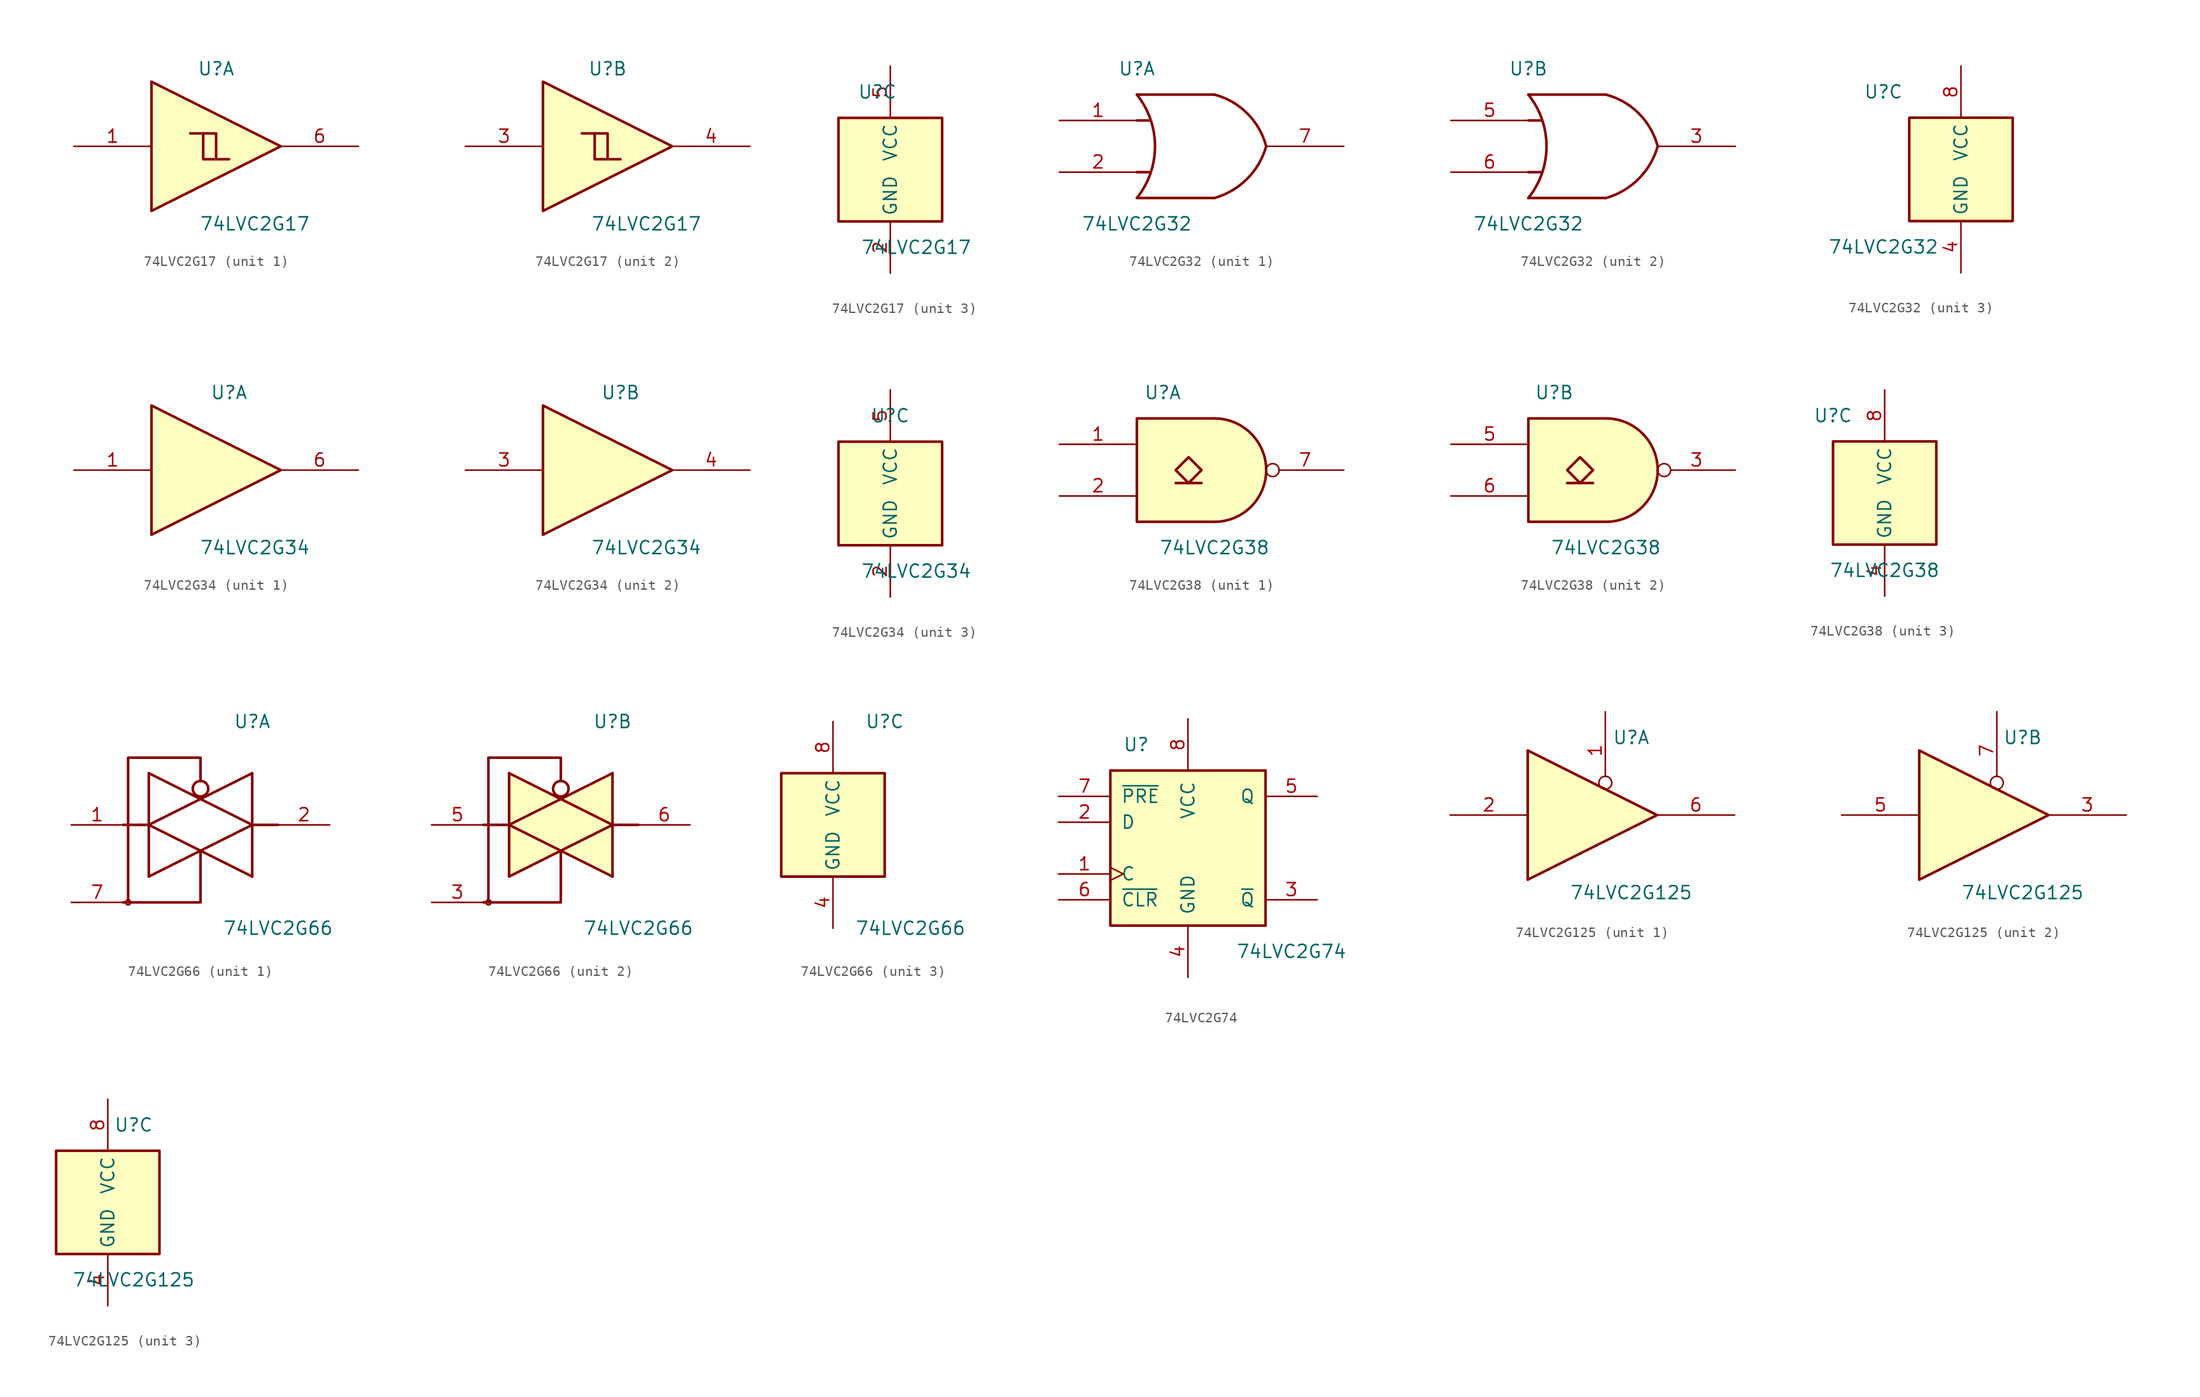
<source format=kicad_sym>
(kicad_symbol_lib
  (version 20241209)
  (generator "kicad_symbol_editor")
  (generator_version "9.0")
  (symbol "74LVC2G17"
    (property "Reference" "U"
      (at -1.27 7.62 0)
      (effects (font (size 1.27 1.27))))
    (property "Value" "74LVC2G17"
      (at 2.54 -7.62 0)
      (effects (font (size 1.27 1.27))))
    (symbol "74LVC2G17_1_1"
      (polyline (pts (xy -7.62 6.35) (xy -7.62 -6.35) (xy 5.08 0) (xy -7.62 6.35)) (stroke (width 0.254) (type default)) (fill (type background)))
      (polyline (pts (xy -3.81 1.27) (xy -2.54 1.27) (xy -2.54 -1.27) (xy 0 -1.27)) (stroke (width 0.254) (type default)) (fill (type background)))
      (polyline (pts (xy -2.54 1.27) (xy -1.27 1.27) (xy -1.27 -1.27)) (stroke (width 0.254) (type default)) (fill (type background)))
      (pin input line (at -15.24 0 0) (length 7.62) (name "~" (effects (font (size 1.27 1.27)))) (number "1" (effects (font (size 1.27 1.27)))))
      (pin output line (at 12.7 0 180) (length 7.62) (name "~" (effects (font (size 1.27 1.27)))) (number "6" (effects (font (size 1.27 1.27))))))
    (symbol "74LVC2G17_2_1"
      (polyline (pts (xy -7.62 6.35) (xy -7.62 -6.35) (xy 5.08 0) (xy -7.62 6.35)) (stroke (width 0.254) (type default)) (fill (type background)))
      (polyline (pts (xy -3.81 1.27) (xy -2.54 1.27) (xy -2.54 -1.27) (xy 0 -1.27)) (stroke (width 0.254) (type default)) (fill (type background)))
      (polyline (pts (xy -2.54 1.27) (xy -1.27 1.27) (xy -1.27 -1.27)) (stroke (width 0.254) (type default)) (fill (type background)))
      (pin input line (at -15.24 0 0) (length 7.62) (name "~" (effects (font (size 1.27 1.27)))) (number "3" (effects (font (size 1.27 1.27)))))
      (pin output line (at 12.7 0 180) (length 7.62) (name "~" (effects (font (size 1.27 1.27)))) (number "4" (effects (font (size 1.27 1.27))))))
    (symbol "74LVC2G17_3_0"
      (rectangle (start -5.08 -5.08) (end 5.08 5.08) (stroke (width 0.254) (type default)) (fill (type background))))
    (symbol "74LVC2G17_3_1"
      (pin power_in line (at 0 10.16 270) (length 5.08) (name "VCC" (effects (font (size 1.27 1.27)))) (number "5" (effects (font (size 1.27 1.27)))))
      (pin power_in line (at 0 -10.16 90) (length 5.08) (name "GND" (effects (font (size 1.27 1.27)))) (number "2" (effects (font (size 1.27 1.27)))))))
  (symbol "74LVC2G32"
    (property "Reference" "U"
      (at -7.62 7.62 0)
      (effects (font (size 1.27 1.27))))
    (property "Value" "74LVC2G32"
      (at -7.62 -7.62 0)
      (effects (font (size 1.27 1.27))))
    (symbol "74LVC2G32_1_1"
      (arc (start -7.62 5.08) (mid -5.838 0) (end -7.62 -5.08) (stroke (width 0.254) (type default)) (fill (type none)))
      (polyline (pts (xy -7.62 2.54) (xy -6.35 2.54)) (stroke (width 0.254) (type default)) (fill (type background)))
      (polyline (pts (xy -7.62 -2.54) (xy -6.35 -2.54)) (stroke (width 0.254) (type default)) (fill (type background)))
      (arc (start 5.08 0) (mid 3.202 -3.202) (end 0 -5.08) (stroke (width 0.254) (type default)) (fill (type none)))
      (arc (start 0 5.08) (mid 3.2271 3.2271) (end 5.08 0) (stroke (width 0.254) (type default)) (fill (type none)))
      (polyline (pts (xy 0 5.08) (xy -7.62 5.08)) (stroke (width 0.254) (type default)) (fill (type background)))
      (polyline (pts (xy 0 -5.08) (xy -7.62 -5.08)) (stroke (width 0.254) (type default)) (fill (type background)))
      (pin input line (at -15.24 2.54 0) (length 7.62) (name "~" (effects (font (size 1.27 1.27)))) (number "1" (effects (font (size 1.27 1.27)))))
      (pin input line (at -15.24 -2.54 0) (length 7.62) (name "~" (effects (font (size 1.27 1.27)))) (number "2" (effects (font (size 1.27 1.27)))))
      (pin output line (at 12.7 0 180) (length 7.62) (name "~" (effects (font (size 1.27 1.27)))) (number "7" (effects (font (size 1.27 1.27))))))
    (symbol "74LVC2G32_2_1"
      (arc (start -7.62 5.08) (mid -5.838 0) (end -7.62 -5.08) (stroke (width 0.254) (type default)) (fill (type none)))
      (polyline (pts (xy -7.62 2.54) (xy -6.35 2.54)) (stroke (width 0.254) (type default)) (fill (type background)))
      (polyline (pts (xy -7.62 -2.54) (xy -6.35 -2.54)) (stroke (width 0.254) (type default)) (fill (type background)))
      (arc (start 5.08 0) (mid 3.202 -3.202) (end 0 -5.08) (stroke (width 0.254) (type default)) (fill (type none)))
      (arc (start 0 5.08) (mid 3.2271 3.2271) (end 5.08 0) (stroke (width 0.254) (type default)) (fill (type none)))
      (polyline (pts (xy 0 5.08) (xy -7.62 5.08)) (stroke (width 0.254) (type default)) (fill (type background)))
      (polyline (pts (xy 0 -5.08) (xy -7.62 -5.08)) (stroke (width 0.254) (type default)) (fill (type background)))
      (pin input line (at -15.24 2.54 0) (length 7.62) (name "~" (effects (font (size 1.27 1.27)))) (number "5" (effects (font (size 1.27 1.27)))))
      (pin input line (at -15.24 -2.54 0) (length 7.62) (name "~" (effects (font (size 1.27 1.27)))) (number "6" (effects (font (size 1.27 1.27)))))
      (pin output line (at 12.7 0 180) (length 7.62) (name "~" (effects (font (size 1.27 1.27)))) (number "3" (effects (font (size 1.27 1.27))))))
    (symbol "74LVC2G32_3_0"
      (rectangle (start -5.08 -5.08) (end 5.08 5.08) (stroke (width 0.254) (type default)) (fill (type background))))
    (symbol "74LVC2G32_3_1"
      (pin power_in line (at 0 10.16 270) (length 5.08) (name "VCC" (effects (font (size 1.27 1.27)))) (number "8" (effects (font (size 1.27 1.27)))))
      (pin power_in line (at 0 -10.16 90) (length 5.08) (name "GND" (effects (font (size 1.27 1.27)))) (number "4" (effects (font (size 1.27 1.27)))))))
  (symbol "74LVC2G34"
    (property "Reference" "U"
      (at 0 7.62 0)
      (effects (font (size 1.27 1.27))))
    (property "Value" "74LVC2G34"
      (at 2.54 -7.62 0)
      (effects (font (size 1.27 1.27))))
    (symbol "74LVC2G34_1_1"
      (polyline (pts (xy -7.62 6.35) (xy -7.62 -6.35) (xy 5.08 0) (xy -7.62 6.35)) (stroke (width 0.254) (type default)) (fill (type background)))
      (pin input line (at -15.24 0 0) (length 7.62) (name "~" (effects (font (size 1.27 1.27)))) (number "1" (effects (font (size 1.27 1.27)))))
      (pin output line (at 12.7 0 180) (length 7.62) (name "~" (effects (font (size 1.27 1.27)))) (number "6" (effects (font (size 1.27 1.27))))))
    (symbol "74LVC2G34_2_1"
      (polyline (pts (xy -7.62 6.35) (xy -7.62 -6.35) (xy 5.08 0) (xy -7.62 6.35)) (stroke (width 0.254) (type default)) (fill (type background)))
      (pin input line (at -15.24 0 0) (length 7.62) (name "~" (effects (font (size 1.27 1.27)))) (number "3" (effects (font (size 1.27 1.27)))))
      (pin output line (at 12.7 0 180) (length 7.62) (name "~" (effects (font (size 1.27 1.27)))) (number "4" (effects (font (size 1.27 1.27))))))
    (symbol "74LVC2G34_3_0"
      (rectangle (start -5.08 -5.08) (end 5.08 5.08) (stroke (width 0.254) (type default)) (fill (type background))))
    (symbol "74LVC2G34_3_1"
      (pin power_in line (at 0 10.16 270) (length 5.08) (name "VCC" (effects (font (size 1.27 1.27)))) (number "5" (effects (font (size 1.27 1.27)))))
      (pin power_in line (at 0 -10.16 90) (length 5.08) (name "GND" (effects (font (size 1.27 1.27)))) (number "2" (effects (font (size 1.27 1.27)))))))
  (symbol "74LVC2G38"
    (property "Reference" "U"
      (at -5.08 7.62 0)
      (effects (font (size 1.27 1.27))))
    (property "Value" "74LVC2G38"
      (at 0 -7.62 0)
      (effects (font (size 1.27 1.27))))
    (symbol "74LVC2G38_1_1"
      (polyline (pts (xy -3.81 -1.27) (xy -1.27 -1.27)) (stroke (width 0.254) (type default)) (fill (type background)))
      (polyline (pts (xy -2.54 1.27) (xy -3.81 0) (xy -2.54 -1.27) (xy -1.27 0) (xy -2.54 1.27)) (stroke (width 0.254) (type default)) (fill (type background)))
      (arc (start 0 5.08) (mid 5.0579 0) (end 0 -5.08) (stroke (width 0.254) (type default)) (fill (type background)))
      (polyline (pts (xy 0 -5.08) (xy -7.62 -5.08) (xy -7.62 5.08) (xy 0 5.08)) (stroke (width 0.254) (type default)) (fill (type background)))
      (pin input line (at -15.24 2.54 0) (length 7.62) (name "~" (effects (font (size 1.27 1.27)))) (number "1" (effects (font (size 1.27 1.27)))))
      (pin input line (at -15.24 -2.54 0) (length 7.62) (name "~" (effects (font (size 1.27 1.27)))) (number "2" (effects (font (size 1.27 1.27)))))
      (pin open_collector inverted (at 12.7 0 180) (length 7.62) (name "~" (effects (font (size 1.27 1.27)))) (number "7" (effects (font (size 1.27 1.27))))))
    (symbol "74LVC2G38_2_1"
      (polyline (pts (xy -3.81 -1.27) (xy -1.27 -1.27)) (stroke (width 0.254) (type default)) (fill (type background)))
      (polyline (pts (xy -2.54 1.27) (xy -3.81 0) (xy -2.54 -1.27) (xy -1.27 0) (xy -2.54 1.27)) (stroke (width 0.254) (type default)) (fill (type background)))
      (arc (start 0 5.08) (mid 5.0579 0) (end 0 -5.08) (stroke (width 0.254) (type default)) (fill (type background)))
      (polyline (pts (xy 0 -5.08) (xy -7.62 -5.08) (xy -7.62 5.08) (xy 0 5.08)) (stroke (width 0.254) (type default)) (fill (type background)))
      (pin input line (at -15.24 2.54 0) (length 7.62) (name "~" (effects (font (size 1.27 1.27)))) (number "5" (effects (font (size 1.27 1.27)))))
      (pin input line (at -15.24 -2.54 0) (length 7.62) (name "~" (effects (font (size 1.27 1.27)))) (number "6" (effects (font (size 1.27 1.27)))))
      (pin open_collector inverted (at 12.7 0 180) (length 7.62) (name "~" (effects (font (size 1.27 1.27)))) (number "3" (effects (font (size 1.27 1.27))))))
    (symbol "74LVC2G38_3_0"
      (rectangle (start -5.08 -5.08) (end 5.08 5.08) (stroke (width 0.254) (type default)) (fill (type background))))
    (symbol "74LVC2G38_3_1"
      (pin power_in line (at 0 10.16 270) (length 5.08) (name "VCC" (effects (font (size 1.27 1.27)))) (number "8" (effects (font (size 1.27 1.27)))))
      (pin power_in line (at 0 -10.16 90) (length 5.08) (name "GND" (effects (font (size 1.27 1.27)))) (number "4" (effects (font (size 1.27 1.27)))))))
  (symbol "74LVC2G66"
    (property "Reference" "U"
      (at 5.08 10.16 0)
      (effects (font (size 1.27 1.27))))
    (property "Value" "74LVC2G66"
      (at 7.62 -10.16 0)
      (effects (font (size 1.27 1.27))))
    (property "ki_locked" ""
      (at 0 0 0)
      (effects (font (size 1.27 1.27))))
    (symbol "74LVC2G66_1_1"
      (polyline (pts (xy -7.62 0) (xy -5.08 0)) (stroke (width 0.254) (type default)) (fill (type background)))
      (polyline (pts (xy -7.62 -7.62) (xy 0 -7.62) (xy 0 -2.54)) (stroke (width 0.254) (type default)) (fill (type none)))
      (circle (center -7.112 -7.62) (radius 0.254) (stroke (width 0) (type default)) (fill (type none)))
      (polyline (pts (xy -5.08 5.08) (xy -5.08 -5.08)) (stroke (width 0.254) (type default)) (fill (type background)))
      (polyline (pts (xy -5.08 -5.08) (xy 5.08 0) (xy -5.08 5.08)) (stroke (width 0.254) (type default)) (fill (type none)))
      (polyline (pts (xy 0 4.318) (xy 0 6.604) (xy -7.112 6.604) (xy -7.112 -7.62)) (stroke (width 0.254) (type default)) (fill (type none)))
      (circle (center 0 3.556) (radius 0.762) (stroke (width 0.254) (type default)) (fill (type none)))
      (polyline (pts (xy 5.08 5.08) (xy 5.08 -5.08)) (stroke (width 0.254) (type default)) (fill (type none)))
      (polyline (pts (xy 5.08 5.08) (xy -5.08 0) (xy 5.08 -5.08)) (stroke (width 0.254) (type default)) (fill (type none)))
      (polyline (pts (xy 5.08 0) (xy 7.62 0)) (stroke (width 0.254) (type default)) (fill (type background)))
      (pin input line (at -12.7 0 0) (length 5.08) (name "~" (effects (font (size 1.27 1.27)))) (number "1" (effects (font (size 1.27 1.27)))))
      (pin input line (at -12.7 -7.62 0) (length 5.08) (name "~" (effects (font (size 1.27 1.27)))) (number "7" (effects (font (size 1.27 1.27)))))
      (pin tri_state line (at 12.7 0 180) (length 5.08) (name "~" (effects (font (size 1.27 1.27)))) (number "2" (effects (font (size 1.27 1.27))))))
    (symbol "74LVC2G66_2_1"
      (polyline (pts (xy -7.62 0) (xy -5.08 0)) (stroke (width 0.254) (type default)) (fill (type background)))
      (polyline (pts (xy -7.62 -7.62) (xy 0 -7.62) (xy 0 -2.54)) (stroke (width 0.254) (type default)) (fill (type none)))
      (circle (center -7.112 -7.62) (radius 0.254) (stroke (width 0) (type default)) (fill (type none)))
      (polyline (pts (xy -5.08 5.08) (xy -5.08 -5.08)) (stroke (width 0.254) (type default)) (fill (type background)))
      (polyline (pts (xy -5.08 -5.08) (xy 5.08 0) (xy -5.08 5.08)) (stroke (width 0.254) (type default)) (fill (type background)))
      (polyline (pts (xy 0 4.318) (xy 0 6.604) (xy -7.112 6.604) (xy -7.112 -7.62)) (stroke (width 0.254) (type default)) (fill (type none)))
      (circle (center 0 3.556) (radius 0.762) (stroke (width 0.254) (type default)) (fill (type none)))
      (polyline (pts (xy 5.08 5.08) (xy 5.08 -5.08)) (stroke (width 0.254) (type default)) (fill (type background)))
      (polyline (pts (xy 5.08 5.08) (xy -5.08 0) (xy 5.08 -5.08)) (stroke (width 0.254) (type default)) (fill (type background)))
      (polyline (pts (xy 5.08 0) (xy 7.62 0)) (stroke (width 0.254) (type default)) (fill (type background)))
      (pin input line (at -12.7 0 0) (length 5.08) (name "~" (effects (font (size 1.27 1.27)))) (number "5" (effects (font (size 1.27 1.27)))))
      (pin input line (at -12.7 -7.62 0) (length 5.08) (name "~" (effects (font (size 1.27 1.27)))) (number "3" (effects (font (size 1.27 1.27)))))
      (pin tri_state line (at 12.7 0 180) (length 5.08) (name "~" (effects (font (size 1.27 1.27)))) (number "6" (effects (font (size 1.27 1.27))))))
    (symbol "74LVC2G66_3_1"
      (rectangle (start -5.08 5.08) (end 5.08 -5.08) (stroke (width 0.254) (type default)) (fill (type background)))
      (pin power_in line (at 0 10.16 270) (length 5.08) (name "VCC" (effects (font (size 1.27 1.27)))) (number "8" (effects (font (size 1.27 1.27)))))
      (pin power_in line (at 0 -10.16 90) (length 5.08) (name "GND" (effects (font (size 1.27 1.27)))) (number "4" (effects (font (size 1.27 1.27)))))))
  (symbol "74LVC2G74"
    (pin_names
      (offset 1.016))
    (property "Reference" "U"
      (at -5.08 10.16 0)
      (effects (font (size 1.27 1.27))))
    (property "Value" "74LVC2G74"
      (at 10.16 -10.16 0)
      (effects (font (size 1.27 1.27))))
    (symbol "74LVC2G74_0_1"
      (rectangle (start -7.62 7.62) (end 7.62 -7.62) (stroke (width 0.254) (type default)) (fill (type background))))
    (symbol "74LVC2G74_1_1"
      (pin input line (at -12.7 5.08 0) (length 5.08) (name "~{PRE}" (effects (font (size 1.27 1.27)))) (number "7" (effects (font (size 1.27 1.27)))))
      (pin input line (at -12.7 2.54 0) (length 5.08) (name "D" (effects (font (size 1.27 1.27)))) (number "2" (effects (font (size 1.27 1.27)))))
      (pin input clock (at -12.7 -2.54 0) (length 5.08) (name "C" (effects (font (size 1.27 1.27)))) (number "1" (effects (font (size 1.27 1.27)))))
      (pin input line (at -12.7 -5.08 0) (length 5.08) (name "~{CLR}" (effects (font (size 1.27 1.27)))) (number "6" (effects (font (size 1.27 1.27)))))
      (pin power_in line (at 0 12.7 270) (length 5.08) (name "VCC" (effects (font (size 1.27 1.27)))) (number "8" (effects (font (size 1.27 1.27)))))
      (pin power_in line (at 0 -12.7 90) (length 5.08) (name "GND" (effects (font (size 1.27 1.27)))) (number "4" (effects (font (size 1.27 1.27)))))
      (pin output line (at 12.7 5.08 180) (length 5.08) (name "Q" (effects (font (size 1.27 1.27)))) (number "5" (effects (font (size 1.27 1.27)))))
      (pin output line (at 12.7 -5.08 180) (length 5.08) (name "~{Q}" (effects (font (size 1.27 1.27)))) (number "3" (effects (font (size 1.27 1.27)))))))
  (symbol "74LVC2G125"
    (property "Reference" "U"
      (at 2.54 7.62 0)
      (effects (font (size 1.27 1.27))))
    (property "Value" "74LVC2G125"
      (at 2.54 -7.62 0)
      (effects (font (size 1.27 1.27))))
    (symbol "74LVC2G125_1_1"
      (polyline (pts (xy -7.62 6.35) (xy -7.62 -6.35) (xy 5.08 0) (xy -7.62 6.35)) (stroke (width 0.254) (type default)) (fill (type background)))
      (pin input line (at -15.24 0 0) (length 7.62) (name "~" (effects (font (size 1.27 1.27)))) (number "2" (effects (font (size 1.27 1.27)))))
      (pin input inverted (at 0 10.16 270) (length 7.62) (name "~" (effects (font (size 1.27 1.27)))) (number "1" (effects (font (size 1.27 1.27)))))
      (pin tri_state line (at 12.7 0 180) (length 7.62) (name "~" (effects (font (size 1.27 1.27)))) (number "6" (effects (font (size 1.27 1.27))))))
    (symbol "74LVC2G125_2_1"
      (polyline (pts (xy -7.62 6.35) (xy -7.62 -6.35) (xy 5.08 0) (xy -7.62 6.35)) (stroke (width 0.254) (type default)) (fill (type background)))
      (pin input line (at -15.24 0 0) (length 7.62) (name "~" (effects (font (size 1.27 1.27)))) (number "5" (effects (font (size 1.27 1.27)))))
      (pin input inverted (at 0 10.16 270) (length 7.62) (name "~" (effects (font (size 1.27 1.27)))) (number "7" (effects (font (size 1.27 1.27)))))
      (pin tri_state line (at 12.7 0 180) (length 7.62) (name "~" (effects (font (size 1.27 1.27)))) (number "3" (effects (font (size 1.27 1.27))))))
    (symbol "74LVC2G125_3_0"
      (rectangle (start -5.08 -5.08) (end 5.08 5.08) (stroke (width 0.254) (type default)) (fill (type background))))
    (symbol "74LVC2G125_3_1"
      (pin power_in line (at 0 10.16 270) (length 5.08) (name "VCC" (effects (font (size 1.27 1.27)))) (number "8" (effects (font (size 1.27 1.27)))))
      (pin power_in line (at 0 -10.16 90) (length 5.08) (name "GND" (effects (font (size 1.27 1.27)))) (number "4" (effects (font (size 1.27 1.27))))))))
</source>
